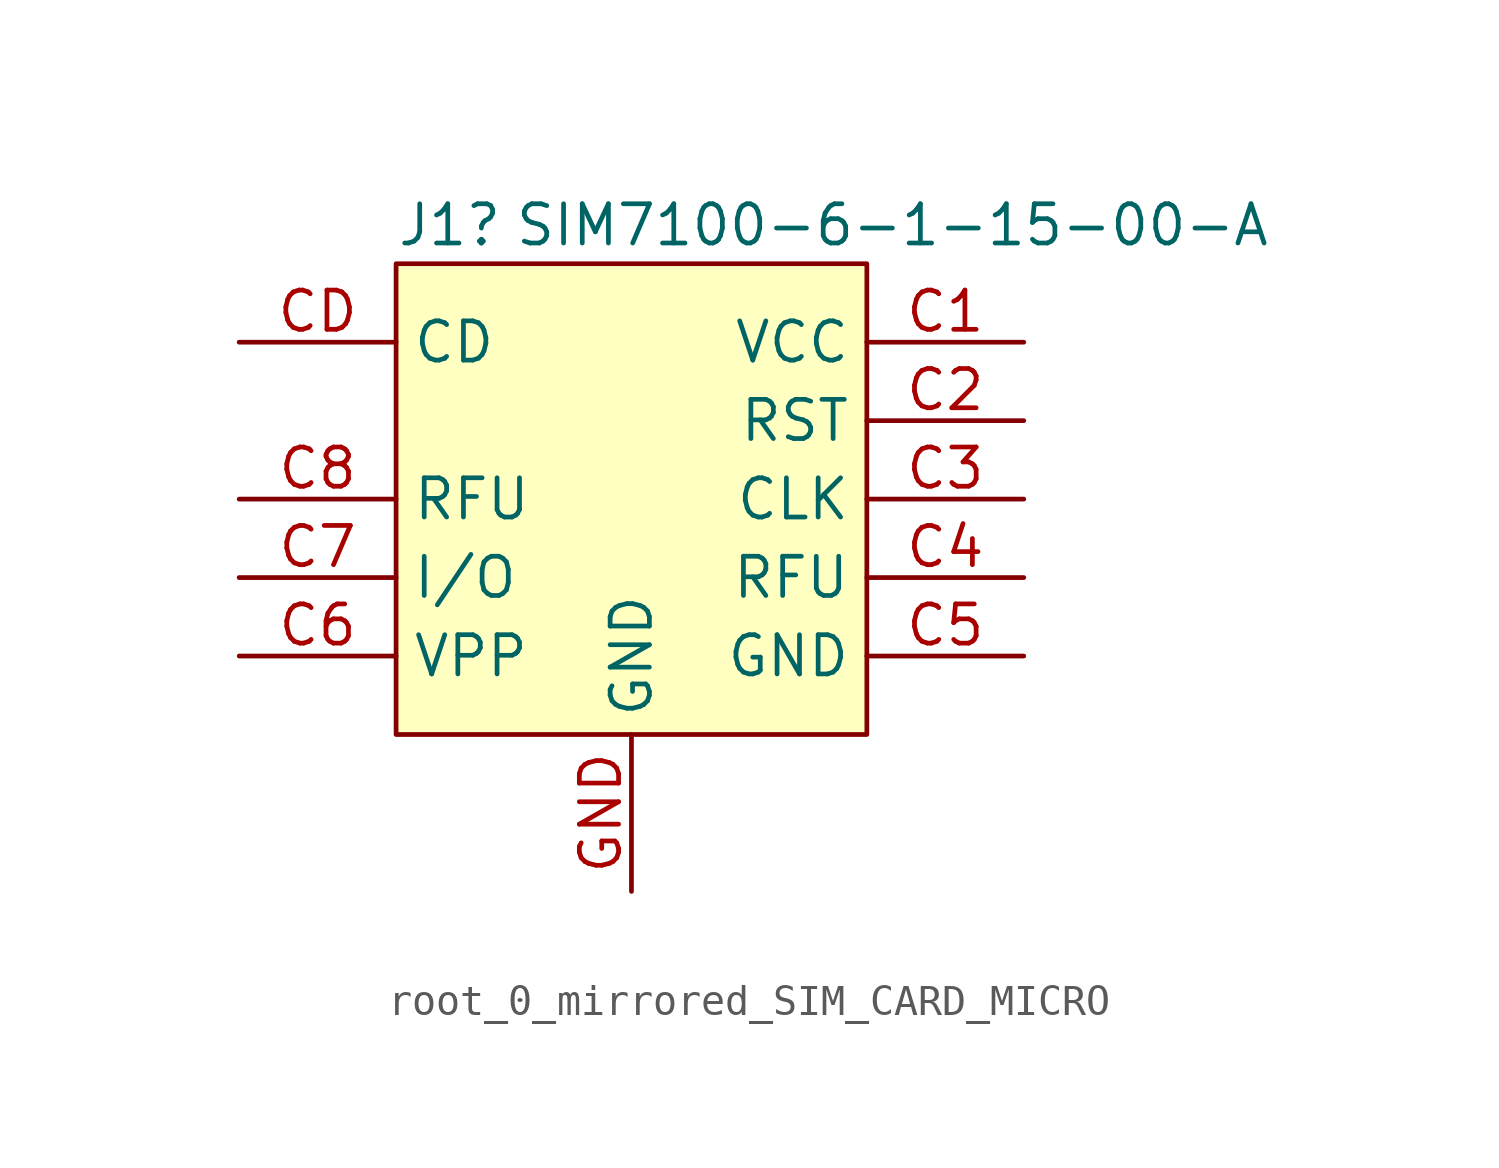
<source format=kicad_sym>
(kicad_symbol_lib
  (version 20220914)
  (generator kicad_symbol_editor)
  (symbol "root_0_mirrored_SIM_CARD_MICRO"
    (property "Reference" "J1"
      (at -15.24 0.508 0)
      (effects (font (size 1.27 1.27)) (justify left bottom)))
    (property "Value" "SIM7100-6-1-15-00-A"
      (at -11.43 0.508 0)
      (effects (font (size 1.27 1.27)) (justify left bottom)))
    (symbol "root_0_mirrored_SIM_CARD_MICRO_1_0"
      (rectangle (start 0 0) (end -15.24 -15.24) (stroke (width 0) (type solid)) (fill (type background)))
      (pin passive line (at 5.08 -2.54 180) (length 5.08) (name "VCC" (effects (font (size 1.27 1.27)))) (number "C1" (effects (font (size 1.27 1.27)))))
      (pin passive line (at 5.08 -5.08 180) (length 5.08) (name "RST" (effects (font (size 1.27 1.27)))) (number "C2" (effects (font (size 1.27 1.27)))))
      (pin passive line (at 5.08 -7.62 180) (length 5.08) (name "CLK" (effects (font (size 1.27 1.27)))) (number "C3" (effects (font (size 1.27 1.27)))))
      (pin passive line (at 5.08 -10.16 180) (length 5.08) (name "RFU" (effects (font (size 1.27 1.27)))) (number "C4" (effects (font (size 1.27 1.27)))))
      (pin passive line (at 5.08 -12.7 180) (length 5.08) (name "GND" (effects (font (size 1.27 1.27)))) (number "C5" (effects (font (size 1.27 1.27)))))
      (pin passive line (at -20.32 -12.7 0) (length 5.08) (name "VPP" (effects (font (size 1.27 1.27)))) (number "C6" (effects (font (size 1.27 1.27)))))
      (pin passive line (at -20.32 -10.16 0) (length 5.08) (name "I/O" (effects (font (size 1.27 1.27)))) (number "C7" (effects (font (size 1.27 1.27)))))
      (pin passive line (at -20.32 -7.62 0) (length 5.08) (name "RFU" (effects (font (size 1.27 1.27)))) (number "C8" (effects (font (size 1.27 1.27)))))
      (pin passive line (at -20.32 -2.54 0) (length 5.08) (name "CD" (effects (font (size 1.27 1.27)))) (number "CD" (effects (font (size 1.27 1.27)))))
      (pin passive line (at -7.62 -20.32 90) (length 5.08) (name "GND" (effects (font (size 1.27 1.27)))) (number "GND" (effects (font (size 1.27 1.27))))))))
</source>
